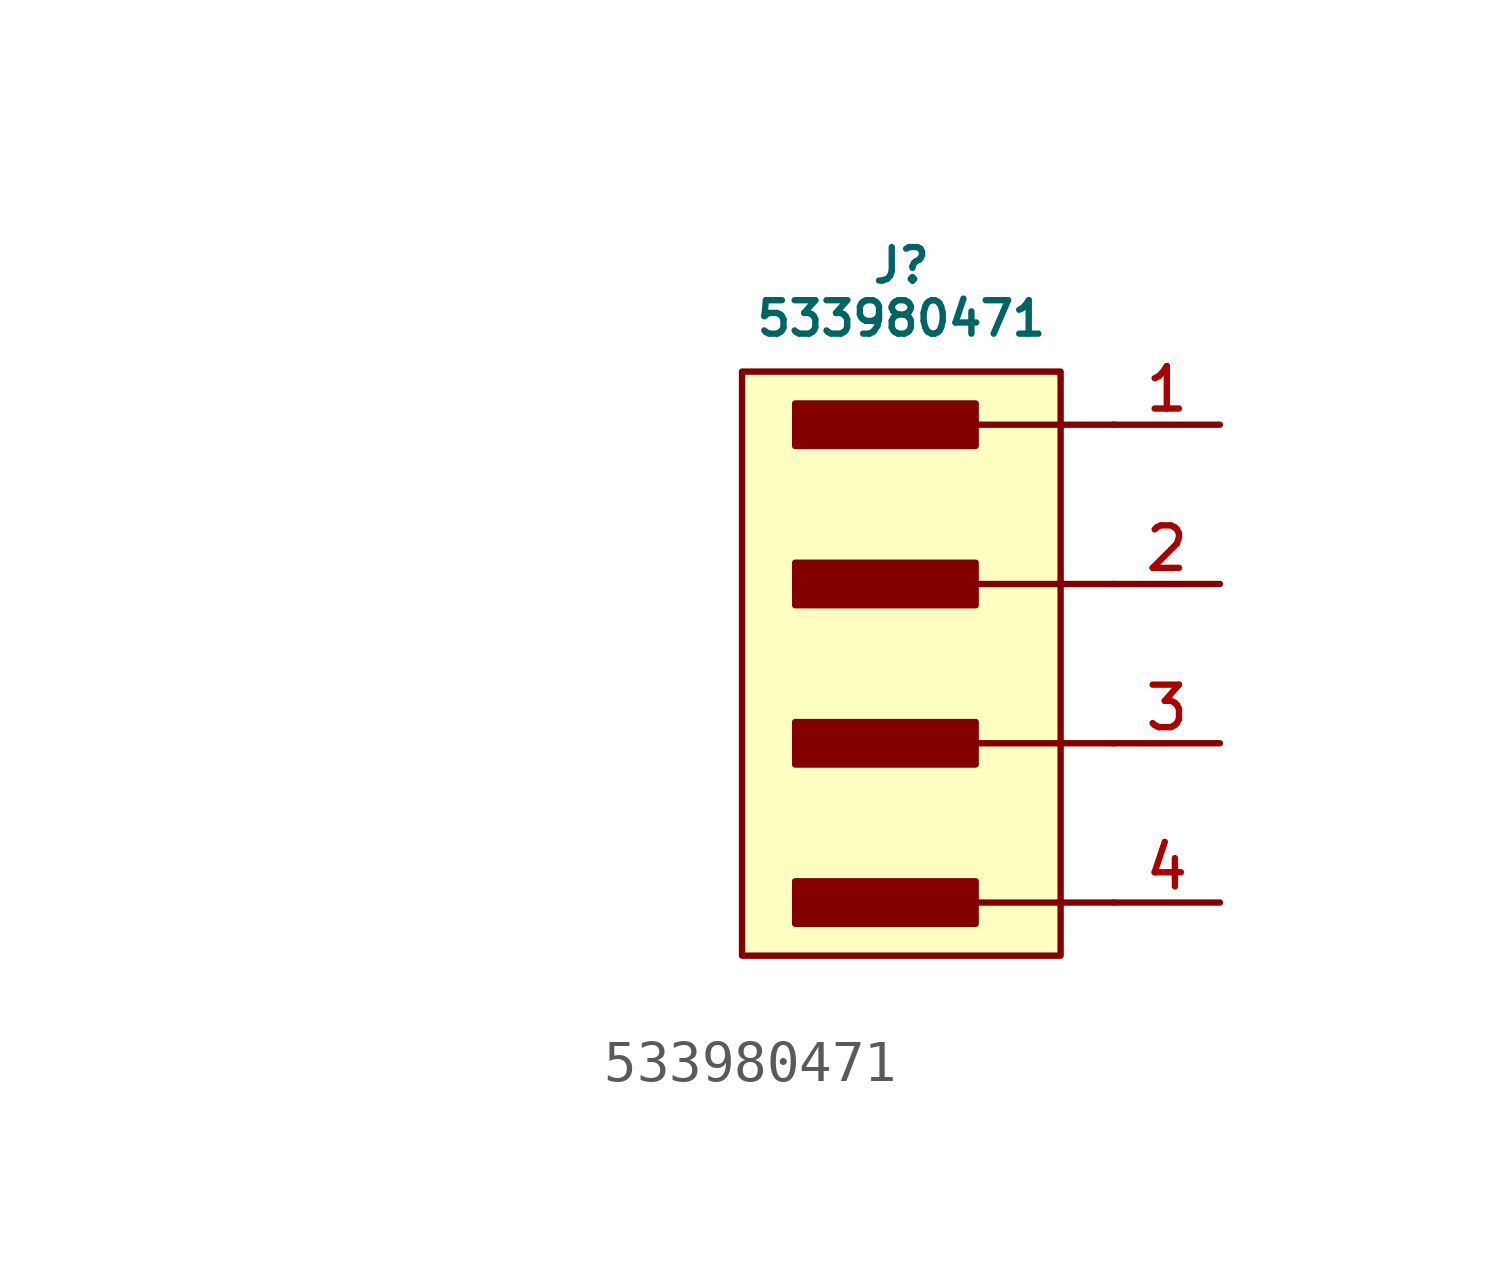
<source format=kicad_sym>
(kicad_symbol_lib
  (version 20220914)
  (generator kicad_symbol_editor)
  (symbol "533980471"
    (pin_names
      (offset 0))
    (property "Reference" "J"
      (at -11.43 12.7 0)
      (do_not_autoplace)
      (effects (font (size 0.8 0.8))))
    (property "Value" "533980471"
      (at -11.43 11.43 0)
      (do_not_autoplace)
      (effects (font (size 0.8 0.8))))
    (symbol "533980471_1_1"
      (rectangle (start -15.24 10.16) (end -7.62 -3.81) (stroke (width 0) (type solid)) (fill (type background)))
      (rectangle (start -13.97 -2.032) (end -9.652 -3.048) (stroke (width 0) (type solid)) (fill (type outline)))
      (rectangle (start -13.97 1.778) (end -9.652 0.762) (stroke (width 0) (type solid)) (fill (type outline)))
      (rectangle (start -13.97 5.588) (end -9.652 4.572) (stroke (width 0) (type solid)) (fill (type outline)))
      (rectangle (start -13.97 9.398) (end -9.652 8.382) (stroke (width 0) (type solid)) (fill (type outline)))
      (polyline (pts (xy -11.938 -2.54) (xy -6.35 -2.54)) (stroke (width 0) (type solid)) (fill (type none)))
      (polyline (pts (xy -11.938 1.27) (xy -6.35 1.27)) (stroke (width 0) (type solid)) (fill (type none)))
      (polyline (pts (xy -11.938 5.08) (xy -6.35 5.08)) (stroke (width 0) (type solid)) (fill (type none)))
      (polyline (pts (xy -11.938 8.89) (xy -6.35 8.89)) (stroke (width 0) (type solid)) (fill (type none)))
      (pin passive line (at -3.81 8.89 180) (length 2.54) (name "" (effects (font (size 1.016 1.016)))) (number "1" (effects (font (size 1.016 1.016)))))
      (pin passive line (at -3.81 5.08 180) (length 2.54) (name "" (effects (font (size 1.016 1.016)))) (number "2" (effects (font (size 1.016 1.016)))))
      (pin passive line (at -3.81 1.27 180) (length 2.54) (name "" (effects (font (size 1.016 1.016)))) (number "3" (effects (font (size 1.016 1.016)))))
      (pin passive line (at -3.81 -2.54 180) (length 2.54) (name "" (effects (font (size 1.016 1.016)))) (number "4" (effects (font (size 1.016 1.016)))))
      (pin no_connect line (at -24.13 5.08 180) (length 2.54) hide (name "MNT_1" (effects (font (size 1.016 1.016)))) (number "5" (effects (font (size 1.016 1.016)))))
      (pin no_connect line (at -24.13 1.27 180) (length 2.54) hide (name "MNT_2" (effects (font (size 1.016 1.016)))) (number "6" (effects (font (size 1.016 1.016))))))))
</source>
